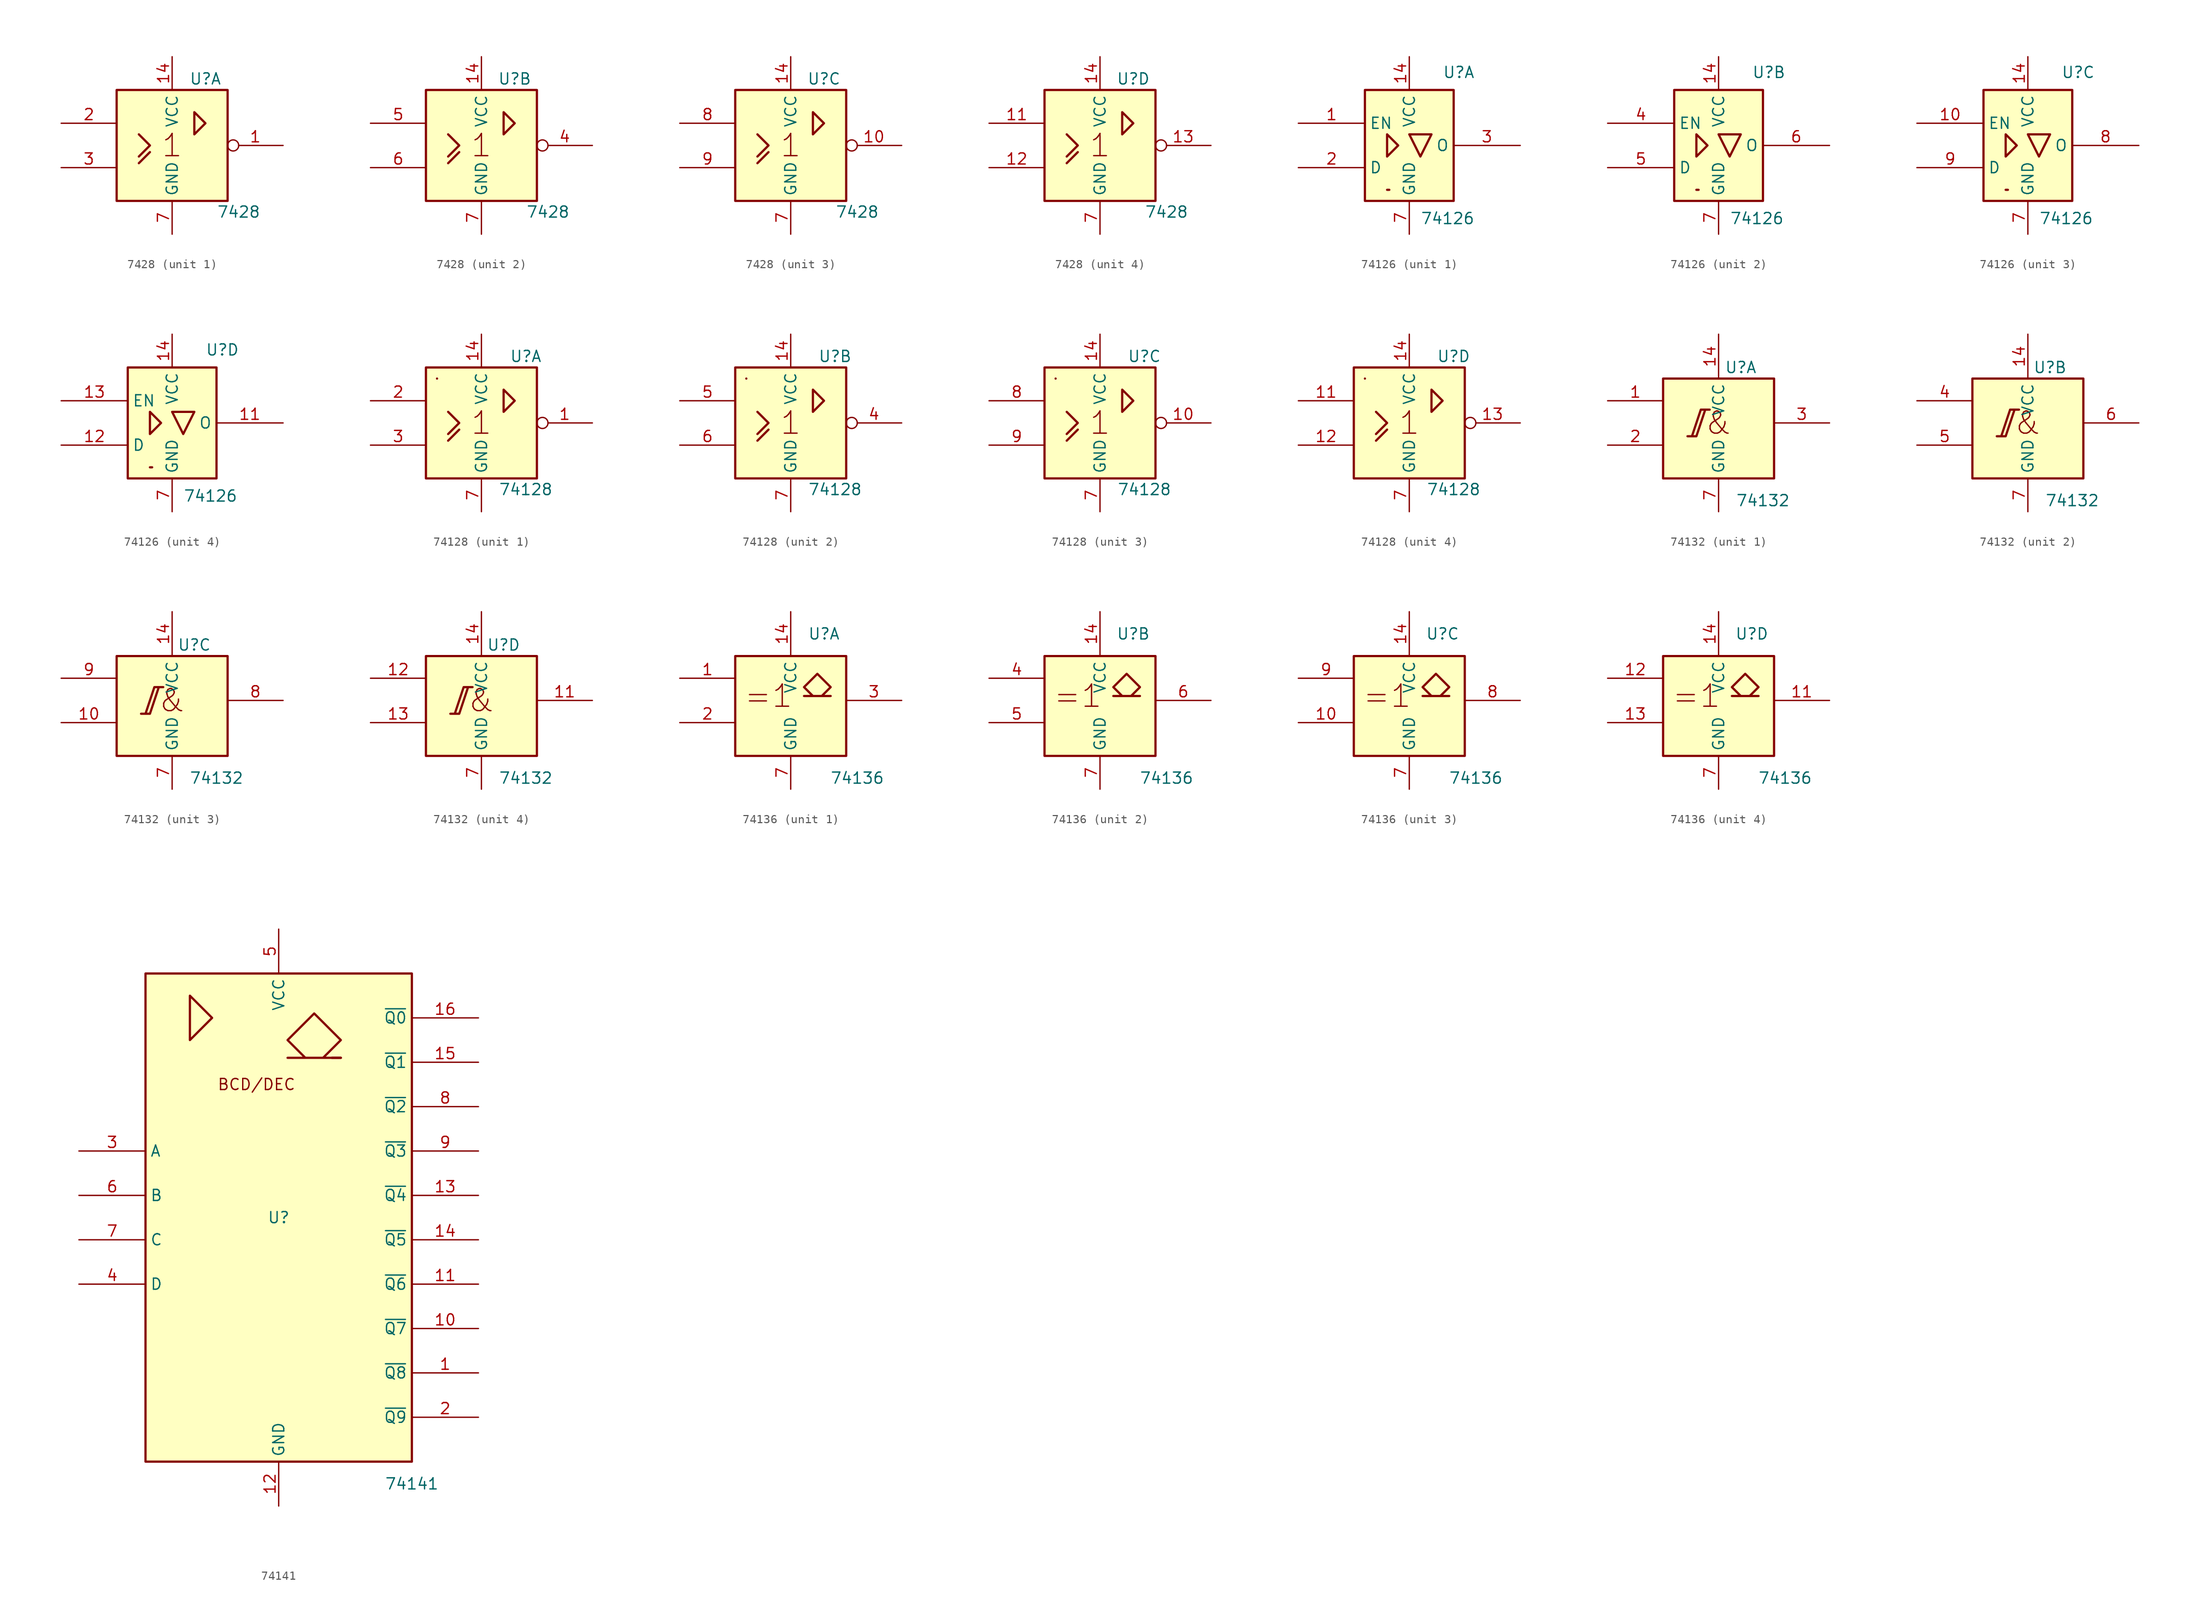
<source format=kicad_sym>
(kicad_symbol_lib
  (version 20241209)
  (generator "kicad_symbol_editor")
  (generator_version "9.0")
  (symbol "7428"
    (property "Reference" "U"
      (at 3.81 7.62 0)
      (effects (font (size 1.27 1.27))))
    (property "Value" "7428"
      (at 7.62 -7.62 0)
      (effects (font (size 1.27 1.27))))
    (symbol "7428_0_0"
      (polyline (pts (xy -3.81 1.27) (xy -2.54 0) (xy -3.81 -1.27) (xy -3.81 -1.27)) (stroke (width 0.254) (type default)) (fill (type background)))
      (polyline (pts (xy -3.81 -2.032) (xy -2.54 -0.762) (xy -2.54 -0.762)) (stroke (width 0.254) (type default)) (fill (type background)))
      (text "1" (at 0 0 0) (effects (font (size 2.54 2.54))))
      (pin power_in line (at 0 10.16 270) (length 3.81) (name "VCC" (effects (font (size 1.27 1.27)))) (number "14" (effects (font (size 1.27 1.27)))))
      (pin power_in line (at 0 -10.16 90) (length 3.81) (name "GND" (effects (font (size 1.27 1.27)))) (number "7" (effects (font (size 1.27 1.27))))))
    (symbol "7428_0_1"
      (rectangle (start -6.35 6.35) (end 6.35 -6.35) (stroke (width 0.254) (type default)) (fill (type background)))
      (polyline (pts (xy 2.54 1.27) (xy 2.54 3.81) (xy 3.81 2.54) (xy 2.54 1.27) (xy 2.54 1.27)) (stroke (width 0.254) (type default)) (fill (type background))))
    (symbol "7428_1_1"
      (pin input line (at -12.7 2.54 0) (length 6.35) (name "~" (effects (font (size 1.27 1.27)))) (number "2" (effects (font (size 1.27 1.27)))))
      (pin input line (at -12.7 -2.54 0) (length 6.35) (name "~" (effects (font (size 1.27 1.27)))) (number "3" (effects (font (size 1.27 1.27)))))
      (pin output inverted (at 12.7 0 180) (length 6.35) (name "~" (effects (font (size 1.27 1.27)))) (number "1" (effects (font (size 1.27 1.27))))))
    (symbol "7428_2_1"
      (pin input line (at -12.7 2.54 0) (length 6.35) (name "~" (effects (font (size 1.27 1.27)))) (number "5" (effects (font (size 1.27 1.27)))))
      (pin input line (at -12.7 -2.54 0) (length 6.35) (name "~" (effects (font (size 1.27 1.27)))) (number "6" (effects (font (size 1.27 1.27)))))
      (pin output inverted (at 12.7 0 180) (length 6.35) (name "~" (effects (font (size 1.27 1.27)))) (number "4" (effects (font (size 1.27 1.27))))))
    (symbol "7428_3_1"
      (pin input line (at -12.7 2.54 0) (length 6.35) (name "~" (effects (font (size 1.27 1.27)))) (number "8" (effects (font (size 1.27 1.27)))))
      (pin input line (at -12.7 -2.54 0) (length 6.35) (name "~" (effects (font (size 1.27 1.27)))) (number "9" (effects (font (size 1.27 1.27)))))
      (pin output inverted (at 12.7 0 180) (length 6.35) (name "~" (effects (font (size 1.27 1.27)))) (number "10" (effects (font (size 1.27 1.27))))))
    (symbol "7428_4_1"
      (pin input line (at -12.7 2.54 0) (length 6.35) (name "~" (effects (font (size 1.27 1.27)))) (number "11" (effects (font (size 1.27 1.27)))))
      (pin input line (at -12.7 -2.54 0) (length 6.35) (name "~" (effects (font (size 1.27 1.27)))) (number "12" (effects (font (size 1.27 1.27)))))
      (pin output inverted (at 12.7 0 180) (length 6.35) (name "~" (effects (font (size 1.27 1.27)))) (number "13" (effects (font (size 1.27 1.27)))))))
  (symbol "74126"
    (property "Reference" "U"
      (at 3.81 7.62 0)
      (effects (font (size 1.27 1.27)) (justify left bottom)))
    (property "Value" "74126"
      (at 1.27 -7.62 0)
      (effects (font (size 1.27 1.27)) (justify left top)))
    (symbol "74126_0_0"
      (rectangle (start -2.286 -5.08) (end -2.54 -5.08) (stroke (width 0.254) (type default)) (fill (type background)))
      (pin power_in line (at 0 10.16 270) (length 3.81) (name "VCC" (effects (font (size 1.27 1.27)))) (number "14" (effects (font (size 1.27 1.27)))))
      (pin power_in line (at 0 -10.16 90) (length 3.81) (name "GND" (effects (font (size 1.27 1.27)))) (number "7" (effects (font (size 1.27 1.27))))))
    (symbol "74126_0_1"
      (rectangle (start -5.08 6.35) (end 5.08 -6.35) (stroke (width 0.254) (type default)) (fill (type background)))
      (polyline (pts (xy -2.54 1.27) (xy -2.54 -1.27) (xy -1.27 0) (xy -2.54 1.27) (xy -2.54 1.27)) (stroke (width 0.254) (type default)) (fill (type background)))
      (polyline (pts (xy 0 1.27) (xy 2.54 1.27) (xy 1.27 -1.27) (xy 0 1.27) (xy 0 1.27)) (stroke (width 0.254) (type default)) (fill (type background))))
    (symbol "74126_1_0"
      (pin input line (at -12.7 2.54 0) (length 7.62) (name "EN" (effects (font (size 1.27 1.27)))) (number "1" (effects (font (size 1.27 1.27))))))
    (symbol "74126_1_1"
      (pin input line (at -12.7 -2.54 0) (length 7.62) (name "D" (effects (font (size 1.27 1.27)))) (number "2" (effects (font (size 1.27 1.27)))))
      (pin tri_state line (at 12.7 0 180) (length 7.62) (name "O" (effects (font (size 1.27 1.27)))) (number "3" (effects (font (size 1.27 1.27))))))
    (symbol "74126_2_0"
      (pin input line (at -12.7 2.54 0) (length 7.62) (name "EN" (effects (font (size 1.27 1.27)))) (number "4" (effects (font (size 1.27 1.27))))))
    (symbol "74126_2_1"
      (pin input line (at -12.7 -2.54 0) (length 7.62) (name "D" (effects (font (size 1.27 1.27)))) (number "5" (effects (font (size 1.27 1.27)))))
      (pin tri_state line (at 12.7 0 180) (length 7.62) (name "O" (effects (font (size 1.27 1.27)))) (number "6" (effects (font (size 1.27 1.27))))))
    (symbol "74126_3_0"
      (pin input line (at -12.7 2.54 0) (length 7.62) (name "EN" (effects (font (size 1.27 1.27)))) (number "10" (effects (font (size 1.27 1.27))))))
    (symbol "74126_3_1"
      (pin input line (at -12.7 -2.54 0) (length 7.62) (name "D" (effects (font (size 1.27 1.27)))) (number "9" (effects (font (size 1.27 1.27)))))
      (pin tri_state line (at 12.7 0 180) (length 7.62) (name "O" (effects (font (size 1.27 1.27)))) (number "8" (effects (font (size 1.27 1.27))))))
    (symbol "74126_4_0"
      (pin input line (at -12.7 2.54 0) (length 7.62) (name "EN" (effects (font (size 1.27 1.27)))) (number "13" (effects (font (size 1.27 1.27))))))
    (symbol "74126_4_1"
      (pin input line (at -12.7 -2.54 0) (length 7.62) (name "D" (effects (font (size 1.27 1.27)))) (number "12" (effects (font (size 1.27 1.27)))))
      (pin tri_state line (at 12.7 0 180) (length 7.62) (name "O" (effects (font (size 1.27 1.27)))) (number "11" (effects (font (size 1.27 1.27)))))))
  (symbol "74128"
    (property "Reference" "U"
      (at 5.08 7.62 0)
      (effects (font (size 1.27 1.27))))
    (property "Value" "74128"
      (at 5.08 -7.62 0)
      (effects (font (size 1.27 1.27))))
    (symbol "74128_0_0"
      (rectangle (start -5.08 5.08) (end -5.08 5.08) (stroke (width 0.254) (type default)) (fill (type background)))
      (polyline (pts (xy -3.81 1.27) (xy -2.54 0) (xy -3.81 -1.27) (xy -3.81 -1.27)) (stroke (width 0.254) (type default)) (fill (type background)))
      (polyline (pts (xy -3.81 -2.032) (xy -2.54 -0.762) (xy -2.54 -0.762)) (stroke (width 0.254) (type default)) (fill (type background)))
      (polyline (pts (xy 2.54 3.81) (xy 2.54 1.27) (xy 3.81 2.54) (xy 2.54 3.81) (xy 2.54 3.81)) (stroke (width 0.254) (type default)) (fill (type background)))
      (text "1" (at 0 0 0) (effects (font (size 2.54 2.54))))
      (pin power_in line (at 0 10.16 270) (length 3.81) (name "VCC" (effects (font (size 1.27 1.27)))) (number "14" (effects (font (size 1.27 1.27)))))
      (pin power_in line (at 0 -10.16 90) (length 3.81) (name "GND" (effects (font (size 1.27 1.27)))) (number "7" (effects (font (size 1.27 1.27))))))
    (symbol "74128_0_1"
      (rectangle (start -6.35 6.35) (end 6.35 -6.35) (stroke (width 0.254) (type default)) (fill (type background))))
    (symbol "74128_1_1"
      (pin input line (at -12.7 2.54 0) (length 6.35) (name "~" (effects (font (size 1.27 1.27)))) (number "2" (effects (font (size 1.27 1.27)))))
      (pin input line (at -12.7 -2.54 0) (length 6.35) (name "~" (effects (font (size 1.27 1.27)))) (number "3" (effects (font (size 1.27 1.27)))))
      (pin output inverted (at 12.7 0 180) (length 6.35) (name "~" (effects (font (size 1.27 1.27)))) (number "1" (effects (font (size 1.27 1.27))))))
    (symbol "74128_2_1"
      (pin input line (at -12.7 2.54 0) (length 6.35) (name "~" (effects (font (size 1.27 1.27)))) (number "5" (effects (font (size 1.27 1.27)))))
      (pin input line (at -12.7 -2.54 0) (length 6.35) (name "~" (effects (font (size 1.27 1.27)))) (number "6" (effects (font (size 1.27 1.27)))))
      (pin output inverted (at 12.7 0 180) (length 6.35) (name "~" (effects (font (size 1.27 1.27)))) (number "4" (effects (font (size 1.27 1.27))))))
    (symbol "74128_3_1"
      (pin input line (at -12.7 2.54 0) (length 6.35) (name "~" (effects (font (size 1.27 1.27)))) (number "8" (effects (font (size 1.27 1.27)))))
      (pin input line (at -12.7 -2.54 0) (length 6.35) (name "~" (effects (font (size 1.27 1.27)))) (number "9" (effects (font (size 1.27 1.27)))))
      (pin output inverted (at 12.7 0 180) (length 6.35) (name "~" (effects (font (size 1.27 1.27)))) (number "10" (effects (font (size 1.27 1.27))))))
    (symbol "74128_4_1"
      (pin input line (at -12.7 2.54 0) (length 6.35) (name "~" (effects (font (size 1.27 1.27)))) (number "11" (effects (font (size 1.27 1.27)))))
      (pin input line (at -12.7 -2.54 0) (length 6.35) (name "~" (effects (font (size 1.27 1.27)))) (number "12" (effects (font (size 1.27 1.27)))))
      (pin output inverted (at 12.7 0 180) (length 6.35) (name "~" (effects (font (size 1.27 1.27)))) (number "13" (effects (font (size 1.27 1.27)))))))
  (symbol "74132"
    (property "Reference" "U"
      (at 2.54 6.35 0)
      (effects (font (size 1.27 1.27))))
    (property "Value" "74132"
      (at 5.08 -8.89 0)
      (effects (font (size 1.27 1.27))))
    (symbol "74132_0_0"
      (polyline (pts (xy -3.556 -1.524) (xy -2.54 -1.524) (xy -1.524 1.524) (xy -1.016 1.524) (xy -2.032 1.524) (xy -3.048 -1.524) (xy -3.048 -1.524)) (stroke (width 0.254) (type default)) (fill (type background))))
    (symbol "74132_0_1"
      (rectangle (start -6.35 5.08) (end 6.35 -6.35) (stroke (width 0.254) (type default)) (fill (type background)))
      (text "&" (at 0 0 0) (effects (font (size 2.54 2.54))))
      (pin power_in line (at 0 10.16 270) (length 5.08) (name "VCC" (effects (font (size 1.27 1.27)))) (number "14" (effects (font (size 1.27 1.27)))))
      (pin power_in line (at 0 -10.16 90) (length 3.81) (name "GND" (effects (font (size 1.27 1.27)))) (number "7" (effects (font (size 1.27 1.27))))))
    (symbol "74132_1_1"
      (pin input line (at -12.7 2.54 0) (length 6.35) (name "~" (effects (font (size 1.27 1.27)))) (number "1" (effects (font (size 1.27 1.27)))))
      (pin input line (at -12.7 -2.54 0) (length 6.35) (name "~" (effects (font (size 1.27 1.27)))) (number "2" (effects (font (size 1.27 1.27)))))
      (pin output line (at 12.7 0 180) (length 6.35) (name "~" (effects (font (size 1.27 1.27)))) (number "3" (effects (font (size 1.27 1.27))))))
    (symbol "74132_2_1"
      (pin input line (at -12.7 2.54 0) (length 6.35) (name "~" (effects (font (size 1.27 1.27)))) (number "4" (effects (font (size 1.27 1.27)))))
      (pin input line (at -12.7 -2.54 0) (length 6.35) (name "~" (effects (font (size 1.27 1.27)))) (number "5" (effects (font (size 1.27 1.27)))))
      (pin output line (at 12.7 0 180) (length 6.35) (name "~" (effects (font (size 1.27 1.27)))) (number "6" (effects (font (size 1.27 1.27))))))
    (symbol "74132_3_1"
      (pin input line (at -12.7 2.54 0) (length 6.35) (name "~" (effects (font (size 1.27 1.27)))) (number "9" (effects (font (size 1.27 1.27)))))
      (pin input line (at -12.7 -2.54 0) (length 6.35) (name "~" (effects (font (size 1.27 1.27)))) (number "10" (effects (font (size 1.27 1.27)))))
      (pin output line (at 12.7 0 180) (length 6.35) (name "~" (effects (font (size 1.27 1.27)))) (number "8" (effects (font (size 1.27 1.27))))))
    (symbol "74132_4_1"
      (pin input line (at -12.7 2.54 0) (length 6.35) (name "~" (effects (font (size 1.27 1.27)))) (number "12" (effects (font (size 1.27 1.27)))))
      (pin input line (at -12.7 -2.54 0) (length 6.35) (name "~" (effects (font (size 1.27 1.27)))) (number "13" (effects (font (size 1.27 1.27)))))
      (pin output line (at 12.7 0 180) (length 6.35) (name "~" (effects (font (size 1.27 1.27)))) (number "11" (effects (font (size 1.27 1.27)))))))
  (symbol "74136"
    (property "Reference" "U"
      (at 3.81 7.62 0)
      (effects (font (size 1.27 1.27))))
    (property "Value" "74136"
      (at 7.62 -8.89 0)
      (effects (font (size 1.27 1.27))))
    (symbol "74136_0_1"
      (rectangle (start -6.35 5.08) (end 6.35 -6.35) (stroke (width 0.254) (type default)) (fill (type background)))
      (polyline (pts (xy 3.556 0.508) (xy 4.572 1.524) (xy 3.048 3.048) (xy 1.524 1.524) (xy 2.54 0.508) (xy 1.524 0.508) (xy 4.572 0.508) (xy 4.572 0.508)) (stroke (width 0.254) (type default)) (fill (type background)))
      (text "=1" (at -2.54 0.508 0) (effects (font (size 2.54 2.54))))
      (pin power_in line (at 0 10.16 270) (length 5.08) (name "VCC" (effects (font (size 1.27 1.27)))) (number "14" (effects (font (size 1.27 1.27)))))
      (pin power_in line (at 0 -10.16 90) (length 3.81) (name "GND" (effects (font (size 1.27 1.27)))) (number "7" (effects (font (size 1.27 1.27))))))
    (symbol "74136_1_1"
      (pin input line (at -12.7 2.54 0) (length 6.35) (name "~" (effects (font (size 1.27 1.27)))) (number "1" (effects (font (size 1.27 1.27)))))
      (pin input line (at -12.7 -2.54 0) (length 6.35) (name "~" (effects (font (size 1.27 1.27)))) (number "2" (effects (font (size 1.27 1.27)))))
      (pin open_collector line (at 12.7 0 180) (length 6.35) (name "~" (effects (font (size 1.27 1.27)))) (number "3" (effects (font (size 1.27 1.27))))))
    (symbol "74136_2_1"
      (pin input line (at -12.7 2.54 0) (length 6.35) (name "~" (effects (font (size 1.27 1.27)))) (number "4" (effects (font (size 1.27 1.27)))))
      (pin input line (at -12.7 -2.54 0) (length 6.35) (name "~" (effects (font (size 1.27 1.27)))) (number "5" (effects (font (size 1.27 1.27)))))
      (pin open_collector line (at 12.7 0 180) (length 6.35) (name "~" (effects (font (size 1.27 1.27)))) (number "6" (effects (font (size 1.27 1.27))))))
    (symbol "74136_3_1"
      (pin input line (at -12.7 2.54 0) (length 6.35) (name "~" (effects (font (size 1.27 1.27)))) (number "9" (effects (font (size 1.27 1.27)))))
      (pin input line (at -12.7 -2.54 0) (length 6.35) (name "~" (effects (font (size 1.27 1.27)))) (number "10" (effects (font (size 1.27 1.27)))))
      (pin open_collector line (at 12.7 0 180) (length 6.35) (name "~" (effects (font (size 1.27 1.27)))) (number "8" (effects (font (size 1.27 1.27))))))
    (symbol "74136_4_1"
      (pin input line (at -12.7 2.54 0) (length 6.35) (name "~" (effects (font (size 1.27 1.27)))) (number "12" (effects (font (size 1.27 1.27)))))
      (pin input line (at -12.7 -2.54 0) (length 6.35) (name "~" (effects (font (size 1.27 1.27)))) (number "13" (effects (font (size 1.27 1.27)))))
      (pin open_collector line (at 12.7 0 180) (length 6.35) (name "~" (effects (font (size 1.27 1.27)))) (number "11" (effects (font (size 1.27 1.27)))))))
  (symbol "74141"
    (property "Reference" "U"
      (at 0 0 0)
      (effects (font (size 1.27 1.27))))
    (property "Value" "74141"
      (at 15.24 -30.48 0)
      (effects (font (size 1.27 1.27))))
    (symbol "74141_0_0"
      (polyline (pts (xy -10.16 25.4) (xy -10.16 20.32) (xy -7.62 22.86) (xy -10.16 25.4) (xy -10.16 25.4)) (stroke (width 0.254) (type default)) (fill (type background)))
      (polyline (pts (xy 5.08 18.288) (xy 7.112 20.32) (xy 4.064 23.368) (xy 1.016 20.32) (xy 3.048 18.288) (xy 1.016 18.288) (xy 7.112 18.288)) (stroke (width 0.254) (type default)) (fill (type background)))
      (polyline (pts (xy 7.112 18.288) (xy 6.096 18.288) (xy 6.096 18.288)) (stroke (width 0.254) (type default)) (fill (type background)))
      (text "BCD/DEC" (at -2.54 15.24 0) (effects (font (size 1.27 1.27))))
      (pin power_in line (at 0 33.02 270) (length 5.08) (name "VCC" (effects (font (size 1.27 1.27)))) (number "5" (effects (font (size 1.27 1.27)))))
      (pin power_in line (at 0 -33.02 90) (length 5.08) (name "GND" (effects (font (size 1.27 1.27)))) (number "12" (effects (font (size 1.27 1.27))))))
    (symbol "74141_0_1"
      (rectangle (start -15.24 27.94) (end 15.24 -27.94) (stroke (width 0.254) (type default)) (fill (type background))))
    (symbol "74141_1_1"
      (pin input line (at -22.86 7.62 0) (length 7.62) (name "A" (effects (font (size 1.27 1.27)))) (number "3" (effects (font (size 1.27 1.27)))))
      (pin input line (at -22.86 2.54 0) (length 7.62) (name "B" (effects (font (size 1.27 1.27)))) (number "6" (effects (font (size 1.27 1.27)))))
      (pin input line (at -22.86 -2.54 0) (length 7.62) (name "C" (effects (font (size 1.27 1.27)))) (number "7" (effects (font (size 1.27 1.27)))))
      (pin input line (at -22.86 -7.62 0) (length 7.62) (name "D" (effects (font (size 1.27 1.27)))) (number "4" (effects (font (size 1.27 1.27)))))
      (pin open_collector line (at 22.86 22.86 180) (length 7.62) (name "~{Q0}" (effects (font (size 1.27 1.27)))) (number "16" (effects (font (size 1.27 1.27)))))
      (pin open_collector line (at 22.86 17.78 180) (length 7.62) (name "~{Q1}" (effects (font (size 1.27 1.27)))) (number "15" (effects (font (size 1.27 1.27)))))
      (pin open_collector line (at 22.86 12.7 180) (length 7.62) (name "~{Q2}" (effects (font (size 1.27 1.27)))) (number "8" (effects (font (size 1.27 1.27)))))
      (pin open_collector line (at 22.86 7.62 180) (length 7.62) (name "~{Q3}" (effects (font (size 1.27 1.27)))) (number "9" (effects (font (size 1.27 1.27)))))
      (pin open_collector line (at 22.86 2.54 180) (length 7.62) (name "~{Q4}" (effects (font (size 1.27 1.27)))) (number "13" (effects (font (size 1.27 1.27)))))
      (pin open_collector line (at 22.86 -2.54 180) (length 7.62) (name "~{Q5}" (effects (font (size 1.27 1.27)))) (number "14" (effects (font (size 1.27 1.27)))))
      (pin open_collector line (at 22.86 -7.62 180) (length 7.62) (name "~{Q6}" (effects (font (size 1.27 1.27)))) (number "11" (effects (font (size 1.27 1.27)))))
      (pin open_collector line (at 22.86 -12.7 180) (length 7.62) (name "~{Q7}" (effects (font (size 1.27 1.27)))) (number "10" (effects (font (size 1.27 1.27)))))
      (pin open_collector line (at 22.86 -17.78 180) (length 7.62) (name "~{Q8}" (effects (font (size 1.27 1.27)))) (number "1" (effects (font (size 1.27 1.27)))))
      (pin open_collector line (at 22.86 -22.86 180) (length 7.62) (name "~{Q9}" (effects (font (size 1.27 1.27)))) (number "2" (effects (font (size 1.27 1.27))))))))
</source>
